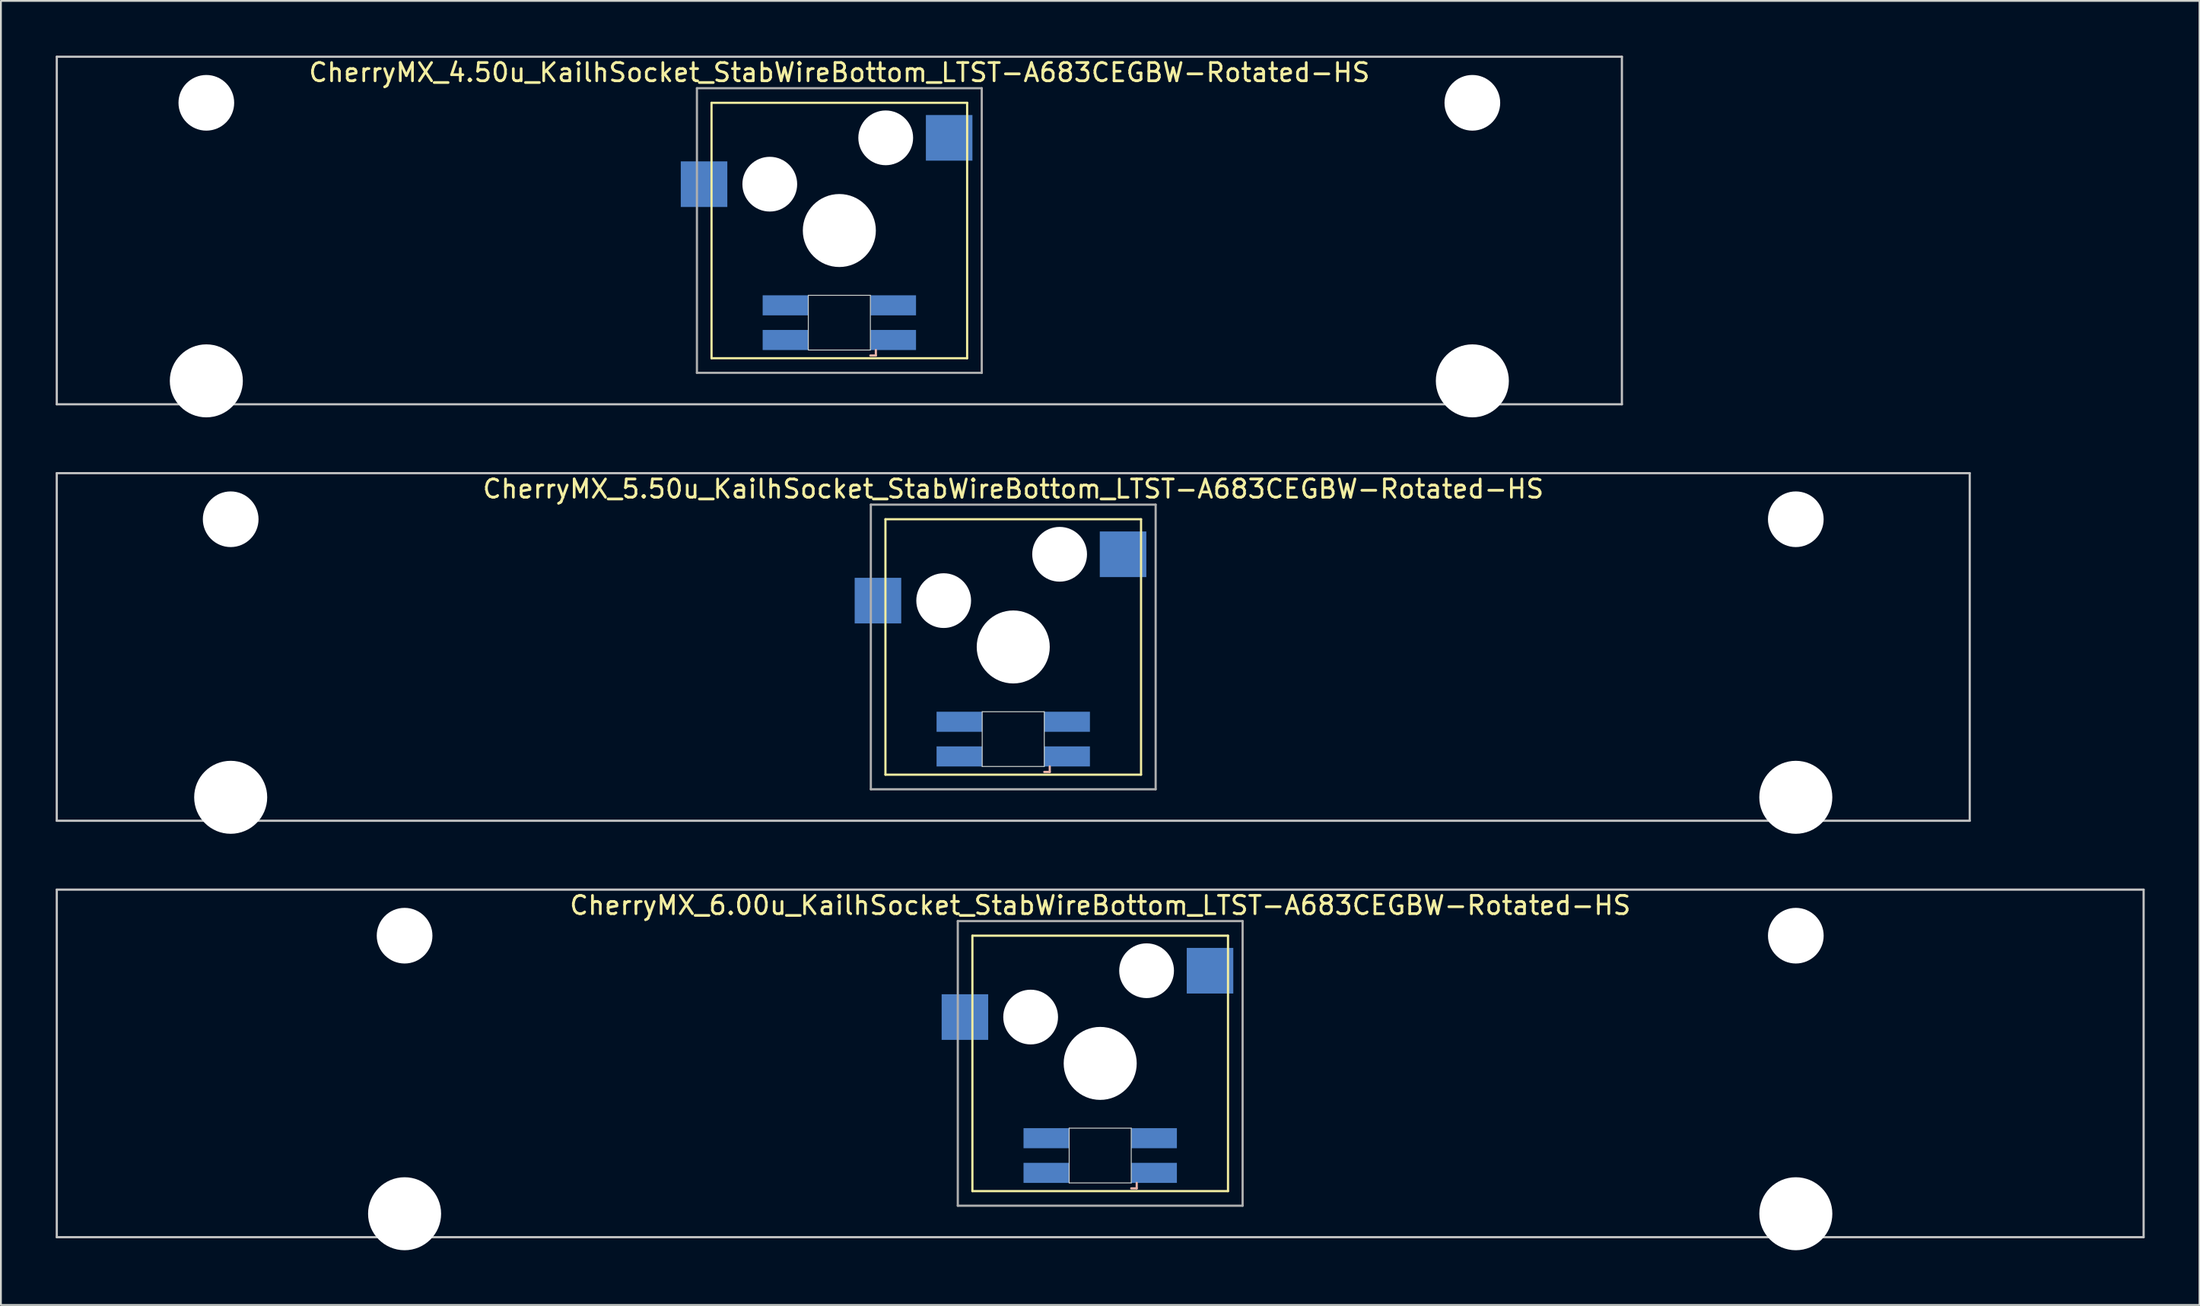
<source format=kicad_pcb>
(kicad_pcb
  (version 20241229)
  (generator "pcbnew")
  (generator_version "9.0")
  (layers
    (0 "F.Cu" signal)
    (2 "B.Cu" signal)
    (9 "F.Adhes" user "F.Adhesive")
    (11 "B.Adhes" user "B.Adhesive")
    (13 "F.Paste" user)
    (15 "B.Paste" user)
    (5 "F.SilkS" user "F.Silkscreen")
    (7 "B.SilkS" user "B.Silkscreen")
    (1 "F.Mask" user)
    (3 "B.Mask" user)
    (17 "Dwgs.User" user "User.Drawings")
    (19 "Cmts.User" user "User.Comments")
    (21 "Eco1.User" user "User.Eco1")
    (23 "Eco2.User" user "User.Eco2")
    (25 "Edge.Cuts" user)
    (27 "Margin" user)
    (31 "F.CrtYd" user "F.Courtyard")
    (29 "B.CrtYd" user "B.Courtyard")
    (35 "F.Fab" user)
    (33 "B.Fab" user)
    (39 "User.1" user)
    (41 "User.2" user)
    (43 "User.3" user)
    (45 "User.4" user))
  (footprint "CherryMX_5.50u_KailhSocket_StabWireBottom_LTST-A683CEGBW-Rotated-HS"
    (layer "F.Cu")
    (at 52.447 32.41)
    (property "Reference" "CherryMX_5.50u_KailhSocket_StabWireBottom_LTST-A683CEGBW-Rotated-HS" (at 0 -8.662 0) (layer "F.SilkS") (effects (font (size 1 1) (thickness 0.15))))
    (attr through_hole)
    (fp_line (start -7 -7) (end -7 7) (stroke (width 0.12) (type solid)) (layer "F.SilkS"))
    (fp_line (start -7 -7) (end 7 -7) (stroke (width 0.12) (type solid)) (layer "F.SilkS"))
    (fp_line (start 7 -7) (end 7 7) (stroke (width 0.12) (type solid)) (layer "F.SilkS"))
    (fp_line (start 7 7) (end -7 7) (stroke (width 0.12) (type solid)) (layer "F.SilkS"))
    (fp_line (start 1.7 6.85) (end 2 6.85) (stroke (width 0.12) (type solid)) (layer "B.SilkS"))
    (fp_line (start 2 6.85) (end 2 6.55) (stroke (width 0.12) (type solid)) (layer "B.SilkS"))
    (fp_line (start -52.388 -9.525) (end 52.388 -9.525) (stroke (width 0.12) (type solid)) (layer "Dwgs.User"))
    (fp_line (start -52.388 9.525) (end -52.388 -9.525) (stroke (width 0.12) (type solid)) (layer "Dwgs.User"))
    (fp_line (start 52.388 -9.525) (end 52.388 9.525) (stroke (width 0.12) (type solid)) (layer "Dwgs.User"))
    (fp_line (start 52.388 9.525) (end -52.388 9.525) (stroke (width 0.12) (type solid)) (layer "Dwgs.User"))
    (fp_line (start -1.7 3.55) (end 1.7 3.55) (stroke (width 0.05) (type solid)) (layer "Edge.Cuts"))
    (fp_line (start -1.7 6.55) (end -1.7 3.55) (stroke (width 0.05) (type solid)) (layer "Edge.Cuts"))
    (fp_line (start 1.7 3.55) (end 1.7 6.55) (stroke (width 0.05) (type solid)) (layer "Edge.Cuts"))
    (fp_line (start 1.7 6.55) (end -1.7 6.55) (stroke (width 0.05) (type solid)) (layer "Edge.Cuts"))
    (fp_line (start -7.8 -7.8) (end -7.8 7.8) (stroke (width 0.12) (type solid)) (layer "F.Fab"))
    (fp_line (start -7.8 -7.8) (end 7.8 -7.8) (stroke (width 0.12) (type solid)) (layer "F.Fab"))
    (fp_line (start -7.8 7.8) (end 7.8 7.8) (stroke (width 0.12) (type solid)) (layer "F.Fab"))
    (fp_line (start 7.8 -7.8) (end 7.8 7.8) (stroke (width 0.12) (type solid)) (layer "F.Fab"))
    (pad "" np_thru_hole circle (at -42.862 -7) (size 3.05 3.05) (drill 3.05) (layers "*.Cu" "*.Mask"))
    (pad "" np_thru_hole circle (at -42.862 8.24) (size 4 4) (drill 4) (layers "*.Cu" "*.Mask"))
    (pad "" np_thru_hole circle (at -3.81 -2.54) (size 3 3) (drill 3) (layers "*.Cu" "*.Mask"))
    (pad "" np_thru_hole circle (at 0 0) (size 4 4) (drill 4) (layers "*.Cu" "*.Mask"))
    (pad "" np_thru_hole circle (at 2.54 -5.08) (size 3 3) (drill 3) (layers "*.Cu" "*.Mask"))
    (pad "" np_thru_hole circle (at 42.862 -7) (size 3.05 3.05) (drill 3.05) (layers "*.Cu" "*.Mask"))
    (pad "" np_thru_hole circle (at 42.862 8.24) (size 4 4) (drill 4) (layers "*.Cu" "*.Mask"))
    (pad "1" smd rect (at -7.41 -2.54) (size 2.55 2.5) (layers "B.Cu" "B.Mask" "B.Paste"))
    (pad "2" smd rect (at 6.015 -5.08) (size 2.55 2.5) (layers "B.Cu" "B.Mask" "B.Paste"))
    (pad "3" smd rect (at 2.95 6) (size 2.5 1.1) (layers "B.Cu" "B.Mask" "B.Paste"))
    (pad "4" smd rect (at 2.95 4.1) (size 2.5 1.1) (layers "B.Cu" "B.Mask" "B.Paste"))
    (pad "5" smd rect (at -2.95 6) (size 2.5 1.1) (layers "B.Cu" "B.Mask" "B.Paste"))
    (pad "6" smd rect (at -2.95 4.1) (size 2.5 1.1) (layers "B.Cu" "B.Mask" "B.Paste")))
  (footprint "CherryMX_6.00u_KailhSocket_StabWireBottom_LTST-A683CEGBW-Rotated-HS"
    (layer "F.Cu")
    (at 57.21 55.235)
    (property "Reference" "CherryMX_6.00u_KailhSocket_StabWireBottom_LTST-A683CEGBW-Rotated-HS" (at 0 -8.662 0) (layer "F.SilkS") (effects (font (size 1 1) (thickness 0.15))))
    (attr through_hole)
    (fp_line (start -7 -7) (end -7 7) (stroke (width 0.12) (type solid)) (layer "F.SilkS"))
    (fp_line (start -7 -7) (end 7 -7) (stroke (width 0.12) (type solid)) (layer "F.SilkS"))
    (fp_line (start 7 -7) (end 7 7) (stroke (width 0.12) (type solid)) (layer "F.SilkS"))
    (fp_line (start 7 7) (end -7 7) (stroke (width 0.12) (type solid)) (layer "F.SilkS"))
    (fp_line (start 1.7 6.85) (end 2 6.85) (stroke (width 0.12) (type solid)) (layer "B.SilkS"))
    (fp_line (start 2 6.85) (end 2 6.55) (stroke (width 0.12) (type solid)) (layer "B.SilkS"))
    (fp_line (start -57.15 -9.525) (end 57.15 -9.525) (stroke (width 0.12) (type solid)) (layer "Dwgs.User"))
    (fp_line (start -57.15 9.525) (end -57.15 -9.525) (stroke (width 0.12) (type solid)) (layer "Dwgs.User"))
    (fp_line (start 57.15 -9.525) (end 57.15 9.525) (stroke (width 0.12) (type solid)) (layer "Dwgs.User"))
    (fp_line (start 57.15 9.525) (end -57.15 9.525) (stroke (width 0.12) (type solid)) (layer "Dwgs.User"))
    (fp_line (start -1.7 3.55) (end 1.7 3.55) (stroke (width 0.05) (type solid)) (layer "Edge.Cuts"))
    (fp_line (start -1.7 6.55) (end -1.7 3.55) (stroke (width 0.05) (type solid)) (layer "Edge.Cuts"))
    (fp_line (start 1.7 3.55) (end 1.7 6.55) (stroke (width 0.05) (type solid)) (layer "Edge.Cuts"))
    (fp_line (start 1.7 6.55) (end -1.7 6.55) (stroke (width 0.05) (type solid)) (layer "Edge.Cuts"))
    (fp_line (start -7.8 -7.8) (end -7.8 7.8) (stroke (width 0.12) (type solid)) (layer "F.Fab"))
    (fp_line (start -7.8 -7.8) (end 7.8 -7.8) (stroke (width 0.12) (type solid)) (layer "F.Fab"))
    (fp_line (start -7.8 7.8) (end 7.8 7.8) (stroke (width 0.12) (type solid)) (layer "F.Fab"))
    (fp_line (start 7.8 -7.8) (end 7.8 7.8) (stroke (width 0.12) (type solid)) (layer "F.Fab"))
    (pad "" np_thru_hole circle (at -38.1 -7) (size 3.05 3.05) (drill 3.05) (layers "*.Cu" "*.Mask"))
    (pad "" np_thru_hole circle (at -38.1 8.24) (size 4 4) (drill 4) (layers "*.Cu" "*.Mask"))
    (pad "" np_thru_hole circle (at -3.81 -2.54) (size 3 3) (drill 3) (layers "*.Cu" "*.Mask"))
    (pad "" np_thru_hole circle (at 0 0) (size 4 4) (drill 4) (layers "*.Cu" "*.Mask"))
    (pad "" np_thru_hole circle (at 2.54 -5.08) (size 3 3) (drill 3) (layers "*.Cu" "*.Mask"))
    (pad "" np_thru_hole circle (at 38.1 -7) (size 3.05 3.05) (drill 3.05) (layers "*.Cu" "*.Mask"))
    (pad "" np_thru_hole circle (at 38.1 8.24) (size 4 4) (drill 4) (layers "*.Cu" "*.Mask"))
    (pad "1" smd rect (at -7.41 -2.54) (size 2.55 2.5) (layers "B.Cu" "B.Mask" "B.Paste"))
    (pad "2" smd rect (at 6.015 -5.08) (size 2.55 2.5) (layers "B.Cu" "B.Mask" "B.Paste"))
    (pad "3" smd rect (at 2.95 6) (size 2.5 1.1) (layers "B.Cu" "B.Mask" "B.Paste"))
    (pad "4" smd rect (at 2.95 4.1) (size 2.5 1.1) (layers "B.Cu" "B.Mask" "B.Paste"))
    (pad "5" smd rect (at -2.95 6) (size 2.5 1.1) (layers "B.Cu" "B.Mask" "B.Paste"))
    (pad "6" smd rect (at -2.95 4.1) (size 2.5 1.1) (layers "B.Cu" "B.Mask" "B.Paste")))
  (footprint "CherryMX_4.50u_KailhSocket_StabWireBottom_LTST-A683CEGBW-Rotated-HS"
    (layer "F.Cu")
    (at 42.922 9.585)
    (property "Reference" "CherryMX_4.50u_KailhSocket_StabWireBottom_LTST-A683CEGBW-Rotated-HS" (at 0 -8.662 0) (layer "F.SilkS") (effects (font (size 1 1) (thickness 0.15))))
    (attr through_hole)
    (fp_line (start -7 -7) (end -7 7) (stroke (width 0.12) (type solid)) (layer "F.SilkS"))
    (fp_line (start -7 -7) (end 7 -7) (stroke (width 0.12) (type solid)) (layer "F.SilkS"))
    (fp_line (start 7 -7) (end 7 7) (stroke (width 0.12) (type solid)) (layer "F.SilkS"))
    (fp_line (start 7 7) (end -7 7) (stroke (width 0.12) (type solid)) (layer "F.SilkS"))
    (fp_line (start 1.7 6.85) (end 2 6.85) (stroke (width 0.12) (type solid)) (layer "B.SilkS"))
    (fp_line (start 2 6.85) (end 2 6.55) (stroke (width 0.12) (type solid)) (layer "B.SilkS"))
    (fp_line (start -42.862 -9.525) (end 42.862 -9.525) (stroke (width 0.12) (type solid)) (layer "Dwgs.User"))
    (fp_line (start -42.862 9.525) (end -42.862 -9.525) (stroke (width 0.12) (type solid)) (layer "Dwgs.User"))
    (fp_line (start 42.862 -9.525) (end 42.862 9.525) (stroke (width 0.12) (type solid)) (layer "Dwgs.User"))
    (fp_line (start 42.862 9.525) (end -42.862 9.525) (stroke (width 0.12) (type solid)) (layer "Dwgs.User"))
    (fp_line (start -1.7 3.55) (end 1.7 3.55) (stroke (width 0.05) (type solid)) (layer "Edge.Cuts"))
    (fp_line (start -1.7 6.55) (end -1.7 3.55) (stroke (width 0.05) (type solid)) (layer "Edge.Cuts"))
    (fp_line (start 1.7 3.55) (end 1.7 6.55) (stroke (width 0.05) (type solid)) (layer "Edge.Cuts"))
    (fp_line (start 1.7 6.55) (end -1.7 6.55) (stroke (width 0.05) (type solid)) (layer "Edge.Cuts"))
    (fp_line (start -7.8 -7.8) (end -7.8 7.8) (stroke (width 0.12) (type solid)) (layer "F.Fab"))
    (fp_line (start -7.8 -7.8) (end 7.8 -7.8) (stroke (width 0.12) (type solid)) (layer "F.Fab"))
    (fp_line (start -7.8 7.8) (end 7.8 7.8) (stroke (width 0.12) (type solid)) (layer "F.Fab"))
    (fp_line (start 7.8 -7.8) (end 7.8 7.8) (stroke (width 0.12) (type solid)) (layer "F.Fab"))
    (pad "" np_thru_hole circle (at -34.671 -7) (size 3.05 3.05) (drill 3.05) (layers "*.Cu" "*.Mask"))
    (pad "" np_thru_hole circle (at -34.671 8.24) (size 4 4) (drill 4) (layers "*.Cu" "*.Mask"))
    (pad "" np_thru_hole circle (at -3.81 -2.54) (size 3 3) (drill 3) (layers "*.Cu" "*.Mask"))
    (pad "" np_thru_hole circle (at 0 0) (size 4 4) (drill 4) (layers "*.Cu" "*.Mask"))
    (pad "" np_thru_hole circle (at 2.54 -5.08) (size 3 3) (drill 3) (layers "*.Cu" "*.Mask"))
    (pad "" np_thru_hole circle (at 34.671 -7) (size 3.05 3.05) (drill 3.05) (layers "*.Cu" "*.Mask"))
    (pad "" np_thru_hole circle (at 34.671 8.24) (size 4 4) (drill 4) (layers "*.Cu" "*.Mask"))
    (pad "1" smd rect (at -7.41 -2.54) (size 2.55 2.5) (layers "B.Cu" "B.Mask" "B.Paste"))
    (pad "2" smd rect (at 6.015 -5.08) (size 2.55 2.5) (layers "B.Cu" "B.Mask" "B.Paste"))
    (pad "3" smd rect (at 2.95 6) (size 2.5 1.1) (layers "B.Cu" "B.Mask" "B.Paste"))
    (pad "4" smd rect (at 2.95 4.1) (size 2.5 1.1) (layers "B.Cu" "B.Mask" "B.Paste"))
    (pad "5" smd rect (at -2.95 6) (size 2.5 1.1) (layers "B.Cu" "B.Mask" "B.Paste"))
    (pad "6" smd rect (at -2.95 4.1) (size 2.5 1.1) (layers "B.Cu" "B.Mask" "B.Paste")))
  (gr_rect
    (start -3 -3)
    (end 117.42 68.475)
    (stroke (width 0.1) (type default))
    (fill no)
    (layer "Edge.Cuts")))
</source>
